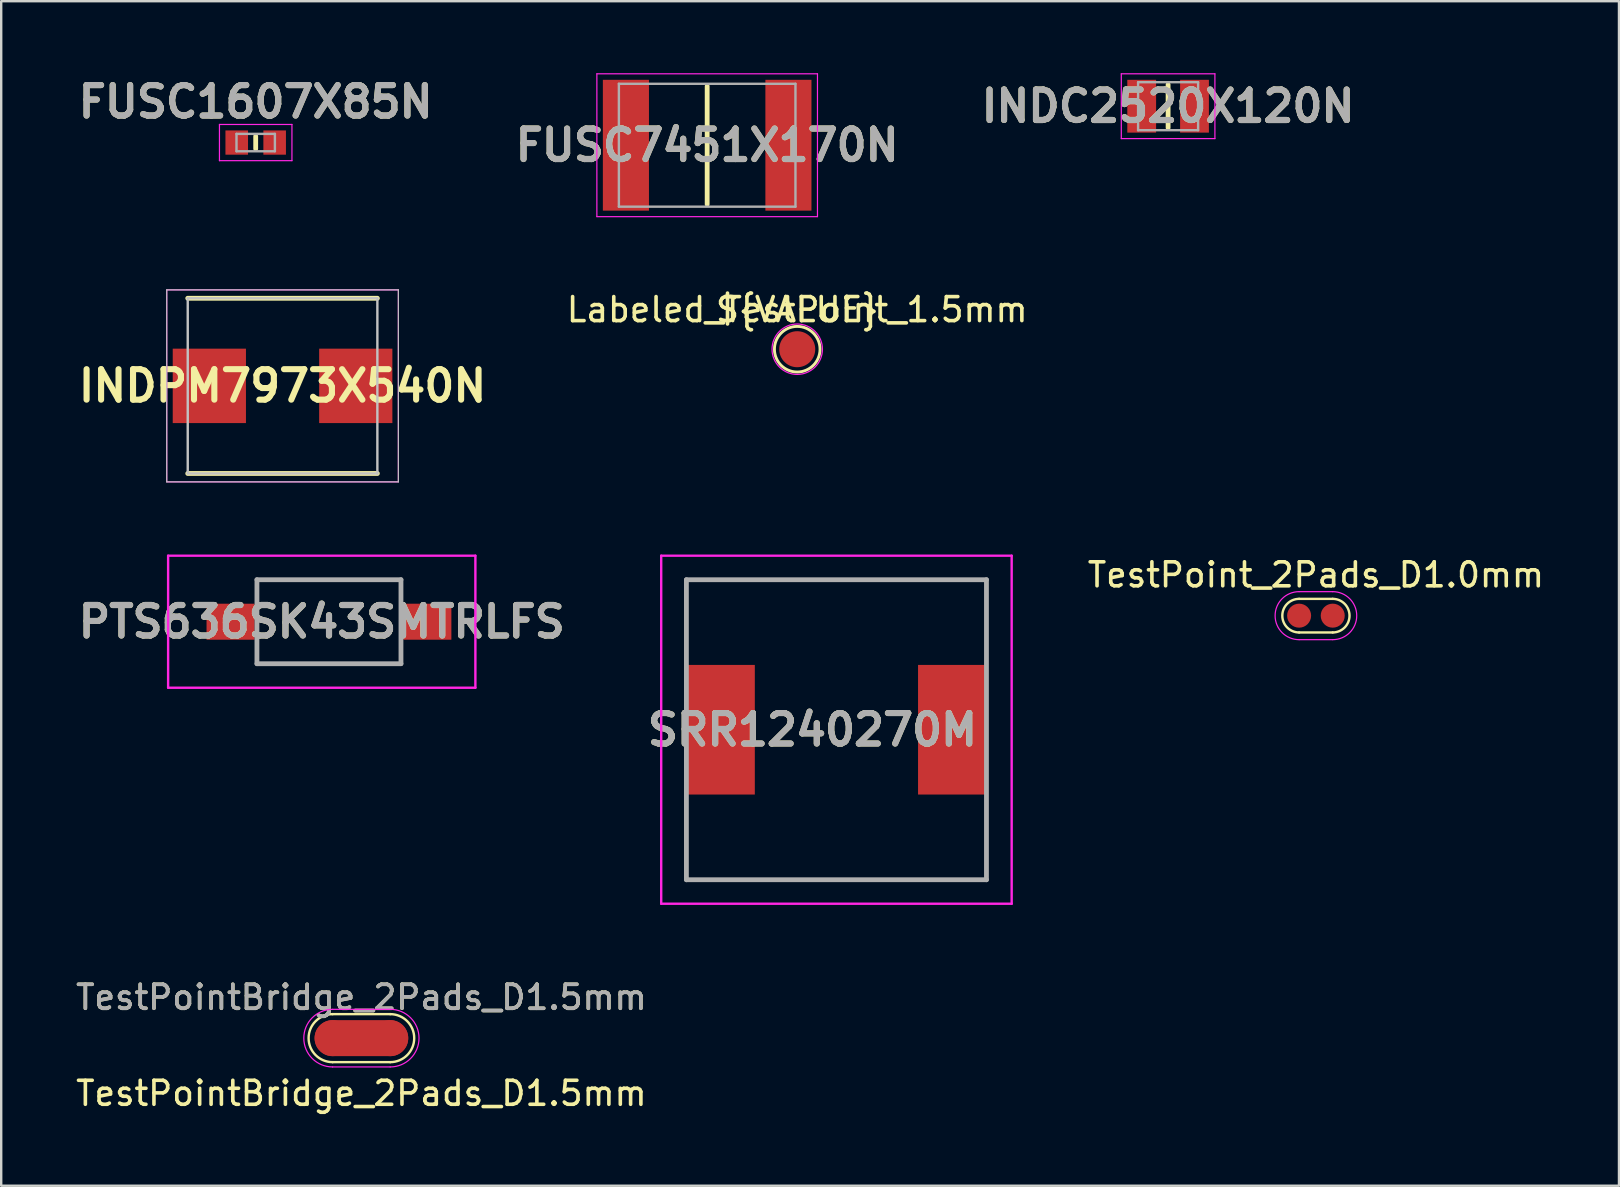
<source format=kicad_pcb>
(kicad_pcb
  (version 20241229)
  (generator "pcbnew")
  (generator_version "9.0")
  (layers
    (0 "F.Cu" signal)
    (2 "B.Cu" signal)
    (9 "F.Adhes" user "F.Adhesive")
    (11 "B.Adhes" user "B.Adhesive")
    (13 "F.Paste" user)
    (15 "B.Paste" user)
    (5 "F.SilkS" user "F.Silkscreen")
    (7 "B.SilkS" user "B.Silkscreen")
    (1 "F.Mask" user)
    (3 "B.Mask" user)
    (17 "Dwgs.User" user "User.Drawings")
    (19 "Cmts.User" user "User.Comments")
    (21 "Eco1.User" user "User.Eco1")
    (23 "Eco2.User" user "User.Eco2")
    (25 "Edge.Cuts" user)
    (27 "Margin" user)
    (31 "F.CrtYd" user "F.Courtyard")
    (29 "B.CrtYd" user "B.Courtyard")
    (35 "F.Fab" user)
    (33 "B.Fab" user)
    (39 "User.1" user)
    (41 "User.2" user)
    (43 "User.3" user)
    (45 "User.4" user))
  (footprint "FUSC1607X85N"
    (layer "F.Cu")
    (at 7.602 2.889)
    (property "Reference" "FUSC1607X85N" (at 0 -1.7 0) (layer "F.SilkS") (effects (font (size 1.27 1.27) (thickness 0.254))))
    (attr smd)
    (fp_line (start 0 -0.262) (end 0 0.262) (stroke (width 0.2) (type solid)) (layer "F.SilkS"))
    (fp_line (start -1.51 -0.755) (end 1.51 -0.755) (stroke (width 0.05) (type solid)) (layer "F.CrtYd"))
    (fp_line (start -1.51 0.755) (end -1.51 -0.755) (stroke (width 0.05) (type solid)) (layer "F.CrtYd"))
    (fp_line (start 1.51 -0.755) (end 1.51 0.755) (stroke (width 0.05) (type solid)) (layer "F.CrtYd"))
    (fp_line (start 1.51 0.755) (end -1.51 0.755) (stroke (width 0.05) (type solid)) (layer "F.CrtYd"))
    (fp_line (start -0.8 -0.362) (end 0.8 -0.362) (stroke (width 0.1) (type solid)) (layer "F.Fab"))
    (fp_line (start -0.8 0.362) (end -0.8 -0.362) (stroke (width 0.1) (type solid)) (layer "F.Fab"))
    (fp_line (start 0.8 -0.362) (end 0.8 0.362) (stroke (width 0.1) (type solid)) (layer "F.Fab"))
    (fp_line (start 0.8 0.362) (end -0.8 0.362) (stroke (width 0.1) (type solid)) (layer "F.Fab"))
    (fp_text user "${REFERENCE}" (at 0 -1.7 0) (layer "F.Fab") (effects (font (size 1.27 1.27) (thickness 0.254))))
    (pad "1" smd rect (at -0.79 0) (size 0.94 1.01) (layers "F.Cu" "F.Mask" "F.Paste"))
    (pad "2" smd rect (at 0.79 0) (size 0.94 1.01) (layers "F.Cu" "F.Mask" "F.Paste")))
  (footprint "FUSC7451X170N"
    (layer "F.Cu")
    (at 26.41 3)
    (property "Reference" "FUSC7451X170N" (at 0 0 0) (layer "F.SilkS") (effects (font (size 1.27 1.27) (thickness 0.254))))
    (attr smd)
    (fp_line (start 0 -2.46) (end 0 2.46) (stroke (width 0.2) (type solid)) (layer "F.SilkS"))
    (fp_line (start -4.595 -2.975) (end 4.595 -2.975) (stroke (width 0.05) (type solid)) (layer "F.CrtYd"))
    (fp_line (start -4.595 2.975) (end -4.595 -2.975) (stroke (width 0.05) (type solid)) (layer "F.CrtYd"))
    (fp_line (start 4.595 -2.975) (end 4.595 2.975) (stroke (width 0.05) (type solid)) (layer "F.CrtYd"))
    (fp_line (start 4.595 2.975) (end -4.595 2.975) (stroke (width 0.05) (type solid)) (layer "F.CrtYd"))
    (fp_line (start -3.678 -2.56) (end 3.678 -2.56) (stroke (width 0.1) (type solid)) (layer "F.Fab"))
    (fp_line (start -3.678 2.56) (end -3.678 -2.56) (stroke (width 0.1) (type solid)) (layer "F.Fab"))
    (fp_line (start 3.678 -2.56) (end 3.678 2.56) (stroke (width 0.1) (type solid)) (layer "F.Fab"))
    (fp_line (start 3.678 2.56) (end -3.678 2.56) (stroke (width 0.1) (type solid)) (layer "F.Fab"))
    (fp_text user "${REFERENCE}" (at 0 0 0) (layer "F.Fab") (effects (font (size 1.27 1.27) (thickness 0.254))))
    (pad "1" smd rect (at -3.385 0) (size 1.92 5.45) (layers "F.Cu" "F.Mask" "F.Paste"))
    (pad "2" smd rect (at 3.385 0) (size 1.92 5.45) (layers "F.Cu" "F.Mask" "F.Paste")))
  (footprint "PTS636SK43SMTRLFS"
    (layer "F.Cu")
    (at 10.654 22.85)
    (property "Reference" "PTS636SK43SMTRLFS" (at -0.3 0 0) (layer "F.SilkS") (effects (font (size 1.27 1.27) (thickness 0.254))))
    (attr smd)
    (fp_line (start -3 -1.75) (end 3 -1.75) (stroke (width 0.1) (type solid)) (layer "F.SilkS"))
    (fp_line (start -3 -1.1) (end -3 -1.75) (stroke (width 0.1) (type solid)) (layer "F.SilkS"))
    (fp_line (start -3 1.1) (end -3 1.75) (stroke (width 0.1) (type solid)) (layer "F.SilkS"))
    (fp_line (start -3 1.75) (end 3 1.75) (stroke (width 0.1) (type solid)) (layer "F.SilkS"))
    (fp_line (start 3 -1.75) (end 3 -1.1) (stroke (width 0.1) (type solid)) (layer "F.SilkS"))
    (fp_line (start 3 1.75) (end 3 1.1) (stroke (width 0.1) (type solid)) (layer "F.SilkS"))
    (fp_line (start -6.7 -2.75) (end 6.1 -2.75) (stroke (width 0.1) (type solid)) (layer "F.CrtYd"))
    (fp_line (start -6.7 2.75) (end -6.7 -2.75) (stroke (width 0.1) (type solid)) (layer "F.CrtYd"))
    (fp_line (start 6.1 -2.75) (end 6.1 2.75) (stroke (width 0.1) (type solid)) (layer "F.CrtYd"))
    (fp_line (start 6.1 2.75) (end -6.7 2.75) (stroke (width 0.1) (type solid)) (layer "F.CrtYd"))
    (fp_line (start -3 -1.75) (end 3 -1.75) (stroke (width 0.2) (type solid)) (layer "F.Fab"))
    (fp_line (start -3 1.75) (end -3 -1.75) (stroke (width 0.2) (type solid)) (layer "F.Fab"))
    (fp_line (start 3 -1.75) (end 3 1.75) (stroke (width 0.2) (type solid)) (layer "F.Fab"))
    (fp_line (start 3 1.75) (end -3 1.75) (stroke (width 0.2) (type solid)) (layer "F.Fab"))
    (fp_text user "${REFERENCE}" (at -0.3 0 0) (layer "F.Fab") (effects (font (size 1.27 1.27) (thickness 0.254))))
    (pad "1" smd rect (at -4.1 0 90) (size 1.5 2) (layers "F.Cu" "F.Mask" "F.Paste"))
    (pad "2" smd rect (at 4.1 0 90) (size 1.5 2) (layers "F.Cu" "F.Mask" "F.Paste")))
  (footprint "Labeled_TestPoint_1.5mm"
    (layer "F.Cu")
    (at 30.162 11.498)
    (property "Reference" "Labeled_TestPoint_1.5mm" (at 0 -1.648 0) (layer "F.SilkS") (effects (font (size 1 1) (thickness 0.15))))
    (property "Value" "${VALUE}" (at 0 -1.65 0) (layer "F.Fab") (hide yes) (effects (font (size 1 1) (thickness 0.15))))
    (attr exclude_from_pos_files exclude_from_bom allow_soldermask_bridges)
    (fp_circle (center 0 0) (end 0 0.95) (stroke (width 0.12) (type solid)) (fill no) (layer "F.SilkS"))
    (fp_circle (center 0 0) (end 1.05 0) (stroke (width 0.05) (type solid)) (fill no) (layer "F.CrtYd"))
    (fp_text user "${VALUE}" (at 0 -1.65 0) (layer "F.SilkS") (effects (font (size 1 1) (thickness 0.15))))
    (pad "1" smd circle (at 0 0) (size 1.5 1.5) (layers "F.Cu" "F.Mask")))
  (footprint "TestPoint_2Pads_D1.0mm"
    (layer "F.Cu")
    (at 51.77 22.598)
    (property "Reference" "TestPoint_2Pads_D1.0mm" (at 0 -1.7 0) (layer "F.SilkS") (effects (font (size 1 1) (thickness 0.15))))
    (attr smd exclude_from_pos_files exclude_from_bom)
    (fp_line (start -0.7 0.7) (end 0.7 0.7) (stroke (width 0.1) (type default)) (layer "F.SilkS"))
    (fp_line (start 0.7 -0.7) (end -0.7 -0.7) (stroke (width 0.1) (type default)) (layer "F.SilkS"))
    (fp_arc (start -0.7 0.7) (mid -1.4 0) (end -0.7 -0.7) (stroke (width 0.1) (type default)) (layer "F.SilkS"))
    (fp_arc (start 0.7 -0.699999) (mid 1.4 0.000001) (end 0.7 0.700001) (stroke (width 0.1) (type default)) (layer "F.SilkS"))
    (fp_line (start -0.7 -1) (end 0.7 -1) (stroke (width 0.05) (type default)) (layer "F.CrtYd"))
    (fp_line (start 0.7 1) (end -0.7 1) (stroke (width 0.05) (type default)) (layer "F.CrtYd"))
    (fp_arc (start -0.7 1) (mid -1.699999 0.000001) (end -0.7 -0.999998) (stroke (width 0.05) (type default)) (layer "F.CrtYd"))
    (fp_arc (start 0.7 -0.999998) (mid 1.699999 0.000001) (end 0.7 1) (stroke (width 0.05) (type default)) (layer "F.CrtYd"))
    (pad "1" smd circle (at -0.7 0) (size 1 1) (layers "F.Cu" "F.Mask"))
    (pad "2" smd circle (at 0.7 0.000001) (size 1 1) (layers "F.Cu" "F.Mask")))
  (footprint "TestPointBridge_2Pads_D1.5mm"
    (layer "F.Cu")
    (at 12.006 40.198)
    (property "Reference" "TestPointBridge_2Pads_D1.5mm" (at 0 -1.7 0) (layer "F.SilkS") (effects (font (size 1 1) (thickness 0.15))))
    (property "Value" "TestPointBridge_2Pads_D1.5mm" (at 0 2.3 0) (layer "F.Fab") (hide yes) (effects (font (size 1 1) (thickness 0.15))))
    (attr smd exclude_from_pos_files exclude_from_bom)
    (fp_line (start -1.2 0) (end 1.2 0) (stroke (width 1.5) (type default)) (layer "F.Cu"))
    (fp_line (start -1.2 1) (end 1.2 1) (stroke (width 0.1) (type default)) (layer "F.SilkS"))
    (fp_line (start 1.2 -1) (end -1.2 -1) (stroke (width 0.1) (type default)) (layer "F.SilkS"))
    (fp_arc (start -1.2 1) (mid -2.2 0) (end -1.2 -1) (stroke (width 0.1) (type default)) (layer "F.SilkS"))
    (fp_arc (start 1.2 -1) (mid 2.2 0) (end 1.2 1) (stroke (width 0.1) (type default)) (layer "F.SilkS"))
    (fp_line (start -1.2 -1.2) (end 1.2 -1.2) (stroke (width 0.05) (type default)) (layer "F.CrtYd"))
    (fp_line (start 1.2 1.2) (end -1.2 1.2) (stroke (width 0.05) (type default)) (layer "F.CrtYd"))
    (fp_arc (start -1.2 1.2) (mid -2.4 0) (end -1.2 -1.2) (stroke (width 0.05) (type default)) (layer "F.CrtYd"))
    (fp_arc (start 1.2 -1.2) (mid 2.4 0) (end 1.2 1.2) (stroke (width 0.05) (type default)) (layer "F.CrtYd"))
    (fp_text user "${VALUE}" (at 0 2.3 0) (layer "F.SilkS") (effects (font (size 1 1) (thickness 0.15))))
    (fp_text user "${REFERENCE}" (at 0 -1.7 0) (layer "F.Fab") (effects (font (size 1 1) (thickness 0.15))))
    (pad "1" smd circle (at -1.2 0) (size 1.5 1.5) (layers "F.Cu" "F.Mask"))
    (pad "2" smd circle (at 1.2 0) (size 1.5 1.5) (layers "F.Cu" "F.Mask")))
  (footprint "INDPM7973X540N"
    (layer "F.Cu")
    (at 8.721 13.025)
    (property "Reference" "INDPM7973X540N" (at 0 0 0) (unlocked yes) (layer "F.SilkS") (effects (font (size 1.27 1.27) (thickness 0.254))))
    (attr smd)
    (fp_line (start -3.95 3.65) (end 3.95 3.65) (stroke (width 0.2) (type solid)) (layer "F.SilkS"))
    (fp_line (start 3.95 -3.65) (end -3.95 -3.65) (stroke (width 0.2) (type solid)) (layer "F.SilkS"))
    (fp_line (start -4.825 -4) (end 4.825 -4) (stroke (width 0.05) (type solid)) (layer "Dwgs.User"))
    (fp_line (start -4.825 4) (end -4.825 -4) (stroke (width 0.05) (type solid)) (layer "Dwgs.User"))
    (fp_line (start -3.95 -3.65) (end 3.95 -3.65) (stroke (width 0.1) (type solid)) (layer "Dwgs.User"))
    (fp_line (start -3.95 3.65) (end -3.95 -3.65) (stroke (width 0.1) (type solid)) (layer "Dwgs.User"))
    (fp_line (start 3.95 -3.65) (end 3.95 3.65) (stroke (width 0.1) (type solid)) (layer "Dwgs.User"))
    (fp_line (start 3.95 3.65) (end -3.95 3.65) (stroke (width 0.1) (type solid)) (layer "Dwgs.User"))
    (fp_line (start 4.825 -4) (end 4.825 4) (stroke (width 0.05) (type solid)) (layer "Dwgs.User"))
    (fp_line (start 4.825 4) (end -4.825 4) (stroke (width 0.05) (type solid)) (layer "Dwgs.User"))
    (fp_rect (start -4.825 -4) (end 4.825 4) (stroke (width 0.05) (type default)) (fill no) (layer "F.CrtYd"))
    (pad "1" smd rect (at -3.05 0) (size 3.05 3.1) (layers "F.Cu" "F.Mask" "F.Paste"))
    (pad "2" smd rect (at 3.05 0) (size 3.05 3.1) (layers "F.Cu" "F.Mask" "F.Paste")))
  (footprint "SRR1240270M"
    (layer "F.Cu")
    (at 31.795 27.35)
    (property "Reference" "SRR1240270M" (at -1 0 0) (layer "F.SilkS") (effects (font (size 1.27 1.27) (thickness 0.254))))
    (attr smd)
    (fp_line (start -6.25 -6.25) (end -6.25 -6.25) (stroke (width 0.1) (type solid)) (layer "F.SilkS"))
    (fp_line (start -6.25 -6.25) (end -6.25 -6.25) (stroke (width 0.1) (type solid)) (layer "F.SilkS"))
    (fp_line (start -6.25 -6.25) (end -6.25 -3.5) (stroke (width 0.1) (type solid)) (layer "F.SilkS"))
    (fp_line (start -6.25 -6.25) (end 6.25 -6.25) (stroke (width 0.1) (type solid)) (layer "F.SilkS"))
    (fp_line (start -6.25 -3.5) (end -6.25 -6.25) (stroke (width 0.1) (type solid)) (layer "F.SilkS"))
    (fp_line (start -6.25 -3.5) (end -6.25 -3.5) (stroke (width 0.1) (type solid)) (layer "F.SilkS"))
    (fp_line (start -6.25 3.5) (end -6.25 3.5) (stroke (width 0.1) (type solid)) (layer "F.SilkS"))
    (fp_line (start -6.25 3.5) (end -6.25 6.25) (stroke (width 0.1) (type solid)) (layer "F.SilkS"))
    (fp_line (start -6.25 6.25) (end -6.25 3.5) (stroke (width 0.1) (type solid)) (layer "F.SilkS"))
    (fp_line (start -6.25 6.25) (end -6.25 6.25) (stroke (width 0.1) (type solid)) (layer "F.SilkS"))
    (fp_line (start -6.25 6.25) (end -6.25 6.25) (stroke (width 0.1) (type solid)) (layer "F.SilkS"))
    (fp_line (start -6.25 6.25) (end 6.25 6.25) (stroke (width 0.1) (type solid)) (layer "F.SilkS"))
    (fp_line (start 6.25 -6.25) (end -6.25 -6.25) (stroke (width 0.1) (type solid)) (layer "F.SilkS"))
    (fp_line (start 6.25 -6.25) (end 6.25 -6.25) (stroke (width 0.1) (type solid)) (layer "F.SilkS"))
    (fp_line (start 6.25 -6.25) (end 6.25 -6.25) (stroke (width 0.1) (type solid)) (layer "F.SilkS"))
    (fp_line (start 6.25 -6.25) (end 6.25 -3.25) (stroke (width 0.1) (type solid)) (layer "F.SilkS"))
    (fp_line (start 6.25 -3.25) (end 6.25 -6.25) (stroke (width 0.1) (type solid)) (layer "F.SilkS"))
    (fp_line (start 6.25 -3.25) (end 6.25 -3.25) (stroke (width 0.1) (type solid)) (layer "F.SilkS"))
    (fp_line (start 6.25 3.5) (end 6.25 3.5) (stroke (width 0.1) (type solid)) (layer "F.SilkS"))
    (fp_line (start 6.25 3.5) (end 6.25 6.25) (stroke (width 0.1) (type solid)) (layer "F.SilkS"))
    (fp_line (start 6.25 6.25) (end -6.25 6.25) (stroke (width 0.1) (type solid)) (layer "F.SilkS"))
    (fp_line (start 6.25 6.25) (end 6.25 3.5) (stroke (width 0.1) (type solid)) (layer "F.SilkS"))
    (fp_line (start 6.25 6.25) (end 6.25 6.25) (stroke (width 0.1) (type solid)) (layer "F.SilkS"))
    (fp_line (start 6.25 6.25) (end 6.25 6.25) (stroke (width 0.1) (type solid)) (layer "F.SilkS"))
    (fp_line (start -7.3 -7.25) (end 7.3 -7.25) (stroke (width 0.1) (type solid)) (layer "F.CrtYd"))
    (fp_line (start -7.3 7.25) (end -7.3 -7.25) (stroke (width 0.1) (type solid)) (layer "F.CrtYd"))
    (fp_line (start 7.3 -7.25) (end 7.3 7.25) (stroke (width 0.1) (type solid)) (layer "F.CrtYd"))
    (fp_line (start 7.3 7.25) (end -7.3 7.25) (stroke (width 0.1) (type solid)) (layer "F.CrtYd"))
    (fp_line (start -6.25 -6.25) (end -6.25 6.25) (stroke (width 0.2) (type solid)) (layer "F.Fab"))
    (fp_line (start -6.25 6.25) (end 6.25 6.25) (stroke (width 0.2) (type solid)) (layer "F.Fab"))
    (fp_line (start 6.25 -6.25) (end -6.25 -6.25) (stroke (width 0.2) (type solid)) (layer "F.Fab"))
    (fp_line (start 6.25 6.25) (end 6.25 -6.25) (stroke (width 0.2) (type solid)) (layer "F.Fab"))
    (fp_text user "${REFERENCE}" (at -1 0 0) (layer "F.Fab") (effects (font (size 1.27 1.27) (thickness 0.254))))
    (pad "1" smd rect (at -4.85 0) (size 2.9 5.4) (layers "F.Cu" "F.Mask" "F.Paste"))
    (pad "2" smd rect (at 4.85 0) (size 2.9 5.4) (layers "F.Cu" "F.Mask" "F.Paste")))
  (footprint "INDC2520X120N"
    (layer "F.Cu")
    (at 45.612 1.375)
    (property "Reference" "INDC2520X120N" (at 0 0 0) (layer "F.SilkS") (effects (font (size 1.27 1.27) (thickness 0.254))))
    (attr smd)
    (fp_line (start 0 -0.9) (end 0 0.9) (stroke (width 0.2) (type solid)) (layer "F.SilkS"))
    (fp_line (start -1.95 -1.35) (end 1.95 -1.35) (stroke (width 0.05) (type solid)) (layer "F.CrtYd"))
    (fp_line (start -1.95 1.35) (end -1.95 -1.35) (stroke (width 0.05) (type solid)) (layer "F.CrtYd"))
    (fp_line (start 1.95 -1.35) (end 1.95 1.35) (stroke (width 0.05) (type solid)) (layer "F.CrtYd"))
    (fp_line (start 1.95 1.35) (end -1.95 1.35) (stroke (width 0.05) (type solid)) (layer "F.CrtYd"))
    (fp_line (start -1.25 -1) (end 1.25 -1) (stroke (width 0.1) (type solid)) (layer "F.Fab"))
    (fp_line (start -1.25 1) (end -1.25 -1) (stroke (width 0.1) (type solid)) (layer "F.Fab"))
    (fp_line (start 1.25 -1) (end 1.25 1) (stroke (width 0.1) (type solid)) (layer "F.Fab"))
    (fp_line (start 1.25 1) (end -1.25 1) (stroke (width 0.1) (type solid)) (layer "F.Fab"))
    (fp_text user "${REFERENCE}" (at 0 0 0) (layer "F.Fab") (effects (font (size 1.27 1.27) (thickness 0.254))))
    (pad "1" smd rect (at -1.1 0) (size 1.2 2.2) (layers "F.Cu" "F.Mask" "F.Paste"))
    (pad "2" smd rect (at 1.1 0) (size 1.2 2.2) (layers "F.Cu" "F.Mask" "F.Paste")))
  (gr_rect
    (start -3 -3)
    (end 64.395 46.346)
    (stroke (width 0.1) (type default))
    (fill no)
    (layer "Edge.Cuts")))
</source>
